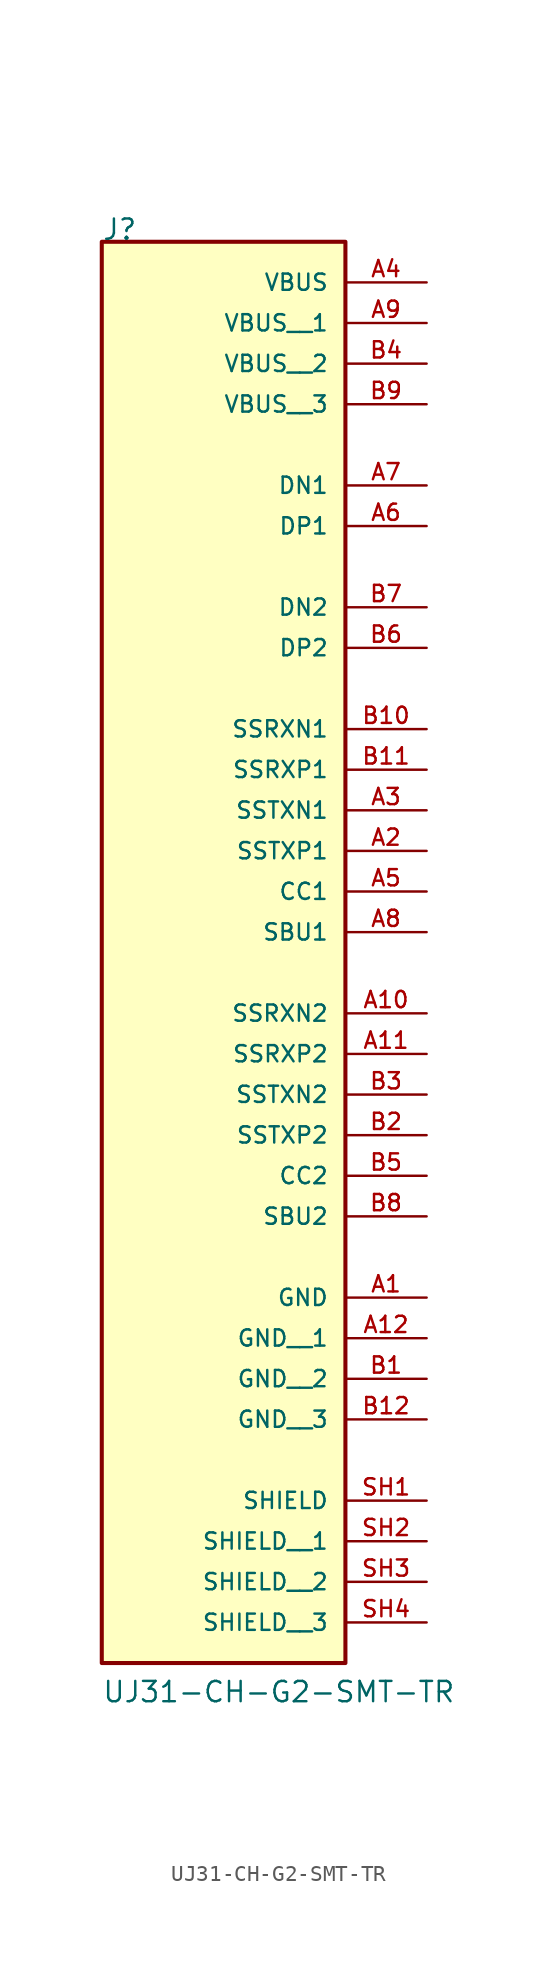
<source format=kicad_sym>
(kicad_symbol_lib
  (version 20211014)
  (generator kicad_symbol_editor)
  (symbol "UJ31-CH-G2-SMT-TR"
    (pin_names
      (offset 1.016))
    (property "Reference" "J"
      (at -7.626 33.045 0)
      (effects (font (size 1.27 1.27)) (justify bottom left)))
    (property "Value" "UJ31-CH-G2-SMT-TR"
      (at -7.622 -58.429 0)
      (effects (font (size 1.27 1.27)) (justify bottom left)))
    (symbol "UJ31-CH-G2-SMT-TR_0_0"
      (rectangle (start -7.62 -55.88) (end 7.62 33.02) (stroke (width 0.254)) (fill (type background)))
      (pin power_in line (at 12.7 30.48 180.0) (length 5.08) (name "VBUS" (effects (font (size 1.016 1.016)))) (number "A4" (effects (font (size 1.016 1.016)))))
      (pin power_in line (at 12.7 -45.72 180.0) (length 5.08) (name "SHIELD" (effects (font (size 1.016 1.016)))) (number "SH1" (effects (font (size 1.016 1.016)))))
      (pin bidirectional line (at 12.7 17.78 180.0) (length 5.08) (name "DN1" (effects (font (size 1.016 1.016)))) (number "A7" (effects (font (size 1.016 1.016)))))
      (pin bidirectional line (at 12.7 15.24 180.0) (length 5.08) (name "DP1" (effects (font (size 1.016 1.016)))) (number "A6" (effects (font (size 1.016 1.016)))))
      (pin bidirectional line (at 12.7 10.16 180.0) (length 5.08) (name "DN2" (effects (font (size 1.016 1.016)))) (number "B7" (effects (font (size 1.016 1.016)))))
      (pin bidirectional line (at 12.7 7.62 180.0) (length 5.08) (name "DP2" (effects (font (size 1.016 1.016)))) (number "B6" (effects (font (size 1.016 1.016)))))
      (pin power_in line (at 12.7 -33.02 180.0) (length 5.08) (name "GND" (effects (font (size 1.016 1.016)))) (number "A1" (effects (font (size 1.016 1.016)))))
      (pin bidirectional line (at 12.7 2.54 180.0) (length 5.08) (name "SSRXN1" (effects (font (size 1.016 1.016)))) (number "B10" (effects (font (size 1.016 1.016)))))
      (pin bidirectional line (at 12.7 0.0 180.0) (length 5.08) (name "SSRXP1" (effects (font (size 1.016 1.016)))) (number "B11" (effects (font (size 1.016 1.016)))))
      (pin bidirectional line (at 12.7 -2.54 180.0) (length 5.08) (name "SSTXN1" (effects (font (size 1.016 1.016)))) (number "A3" (effects (font (size 1.016 1.016)))))
      (pin bidirectional line (at 12.7 -5.08 180.0) (length 5.08) (name "SSTXP1" (effects (font (size 1.016 1.016)))) (number "A2" (effects (font (size 1.016 1.016)))))
      (pin bidirectional line (at 12.7 -7.62 180.0) (length 5.08) (name "CC1" (effects (font (size 1.016 1.016)))) (number "A5" (effects (font (size 1.016 1.016)))))
      (pin bidirectional line (at 12.7 -10.16 180.0) (length 5.08) (name "SBU1" (effects (font (size 1.016 1.016)))) (number "A8" (effects (font (size 1.016 1.016)))))
      (pin bidirectional line (at 12.7 -15.24 180.0) (length 5.08) (name "SSRXN2" (effects (font (size 1.016 1.016)))) (number "A10" (effects (font (size 1.016 1.016)))))
      (pin bidirectional line (at 12.7 -17.78 180.0) (length 5.08) (name "SSRXP2" (effects (font (size 1.016 1.016)))) (number "A11" (effects (font (size 1.016 1.016)))))
      (pin bidirectional line (at 12.7 -20.32 180.0) (length 5.08) (name "SSTXN2" (effects (font (size 1.016 1.016)))) (number "B3" (effects (font (size 1.016 1.016)))))
      (pin bidirectional line (at 12.7 -22.86 180.0) (length 5.08) (name "SSTXP2" (effects (font (size 1.016 1.016)))) (number "B2" (effects (font (size 1.016 1.016)))))
      (pin bidirectional line (at 12.7 -25.4 180.0) (length 5.08) (name "CC2" (effects (font (size 1.016 1.016)))) (number "B5" (effects (font (size 1.016 1.016)))))
      (pin bidirectional line (at 12.7 -27.94 180.0) (length 5.08) (name "SBU2" (effects (font (size 1.016 1.016)))) (number "B8" (effects (font (size 1.016 1.016)))))
      (pin power_in line (at 12.7 27.94 180.0) (length 5.08) (name "VBUS__1" (effects (font (size 1.016 1.016)))) (number "A9" (effects (font (size 1.016 1.016)))))
      (pin power_in line (at 12.7 25.4 180.0) (length 5.08) (name "VBUS__2" (effects (font (size 1.016 1.016)))) (number "B4" (effects (font (size 1.016 1.016)))))
      (pin power_in line (at 12.7 22.86 180.0) (length 5.08) (name "VBUS__3" (effects (font (size 1.016 1.016)))) (number "B9" (effects (font (size 1.016 1.016)))))
      (pin power_in line (at 12.7 -35.56 180.0) (length 5.08) (name "GND__1" (effects (font (size 1.016 1.016)))) (number "A12" (effects (font (size 1.016 1.016)))))
      (pin power_in line (at 12.7 -38.1 180.0) (length 5.08) (name "GND__2" (effects (font (size 1.016 1.016)))) (number "B1" (effects (font (size 1.016 1.016)))))
      (pin power_in line (at 12.7 -40.64 180.0) (length 5.08) (name "GND__3" (effects (font (size 1.016 1.016)))) (number "B12" (effects (font (size 1.016 1.016)))))
      (pin power_in line (at 12.7 -48.26 180.0) (length 5.08) (name "SHIELD__1" (effects (font (size 1.016 1.016)))) (number "SH2" (effects (font (size 1.016 1.016)))))
      (pin power_in line (at 12.7 -50.8 180.0) (length 5.08) (name "SHIELD__2" (effects (font (size 1.016 1.016)))) (number "SH3" (effects (font (size 1.016 1.016)))))
      (pin power_in line (at 12.7 -53.34 180.0) (length 5.08) (name "SHIELD__3" (effects (font (size 1.016 1.016)))) (number "SH4" (effects (font (size 1.016 1.016))))))))
</source>
